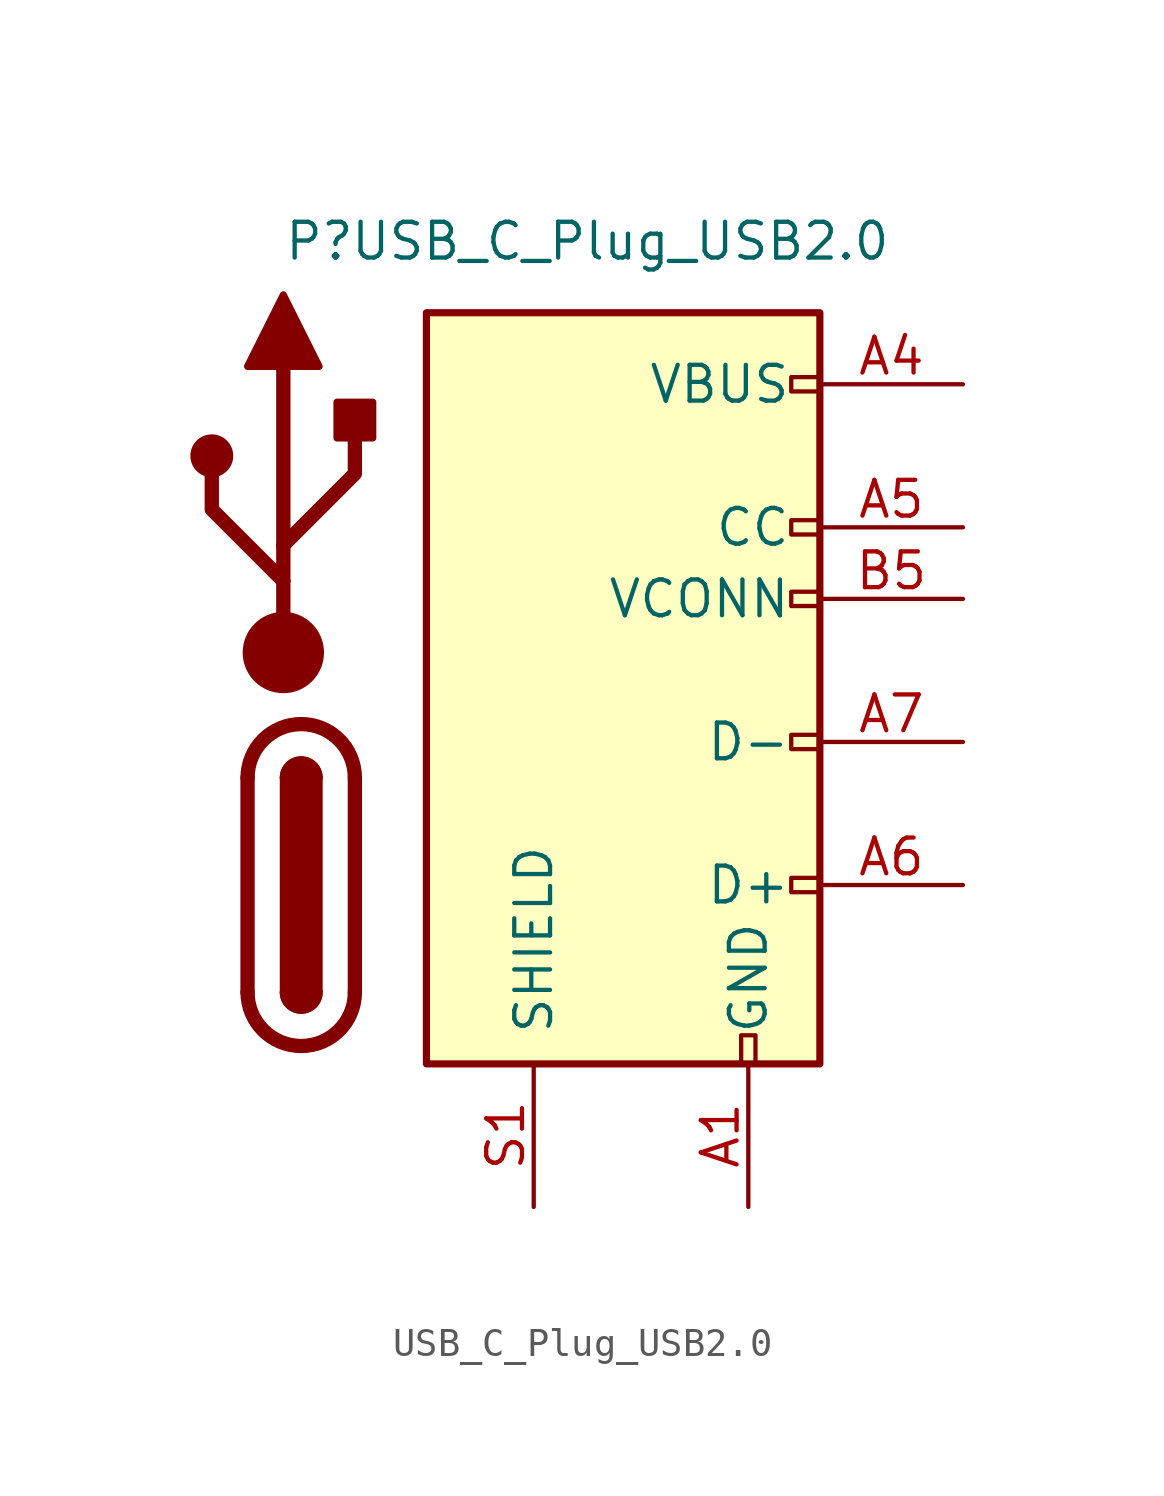
<source format=kicad_sym>
(kicad_symbol_lib
  (version 20220914)
  (generator kicad_symbol_editor)
  (symbol "USB_C_Plug_USB2.0"
    (pin_names
      (offset 1.016))
    (property "Reference" "P"
      (at -8.89 20.32 0)
      (effects (font (size 1.27 1.27)) (justify left)))
    (property "Value" "USB_C_Plug_USB2.0"
      (at 12.7 20.32 0)
      (effects (font (size 1.27 1.27)) (justify right)))
    (symbol "USB_C_Plug_USB2.0_0_0"
      (rectangle (start 7.366 -7.874) (end 7.874 -8.89) (stroke (width 0) (type default)) (fill (type none)))
      (rectangle (start 10.16 -2.286) (end 9.144 -2.794) (stroke (width 0) (type default)) (fill (type none)))
      (rectangle (start 10.16 2.794) (end 9.144 2.286) (stroke (width 0) (type default)) (fill (type none)))
      (rectangle (start 10.16 7.874) (end 9.144 7.366) (stroke (width 0) (type default)) (fill (type none)))
      (rectangle (start 10.16 10.414) (end 9.144 9.906) (stroke (width 0) (type default)) (fill (type none)))
      (rectangle (start 10.16 15.494) (end 9.144 14.986) (stroke (width 0) (type default)) (fill (type none))))
    (symbol "USB_C_Plug_USB2.0_0_1"
      (circle (center -11.43 12.7) (radius 0.635) (stroke (width 0.254) (type default)) (fill (type outline)))
      (arc (start -10.16 -6.35) (mid -8.255 -8.2467) (end -6.35 -6.35) (stroke (width 0.508) (type default)) (fill (type none)))
      (arc (start -8.89 -6.35) (mid -8.255 -6.9823) (end -7.62 -6.35) (stroke (width 0.254) (type default)) (fill (type none)))
      (arc (start -8.89 -6.35) (mid -8.255 -6.9823) (end -7.62 -6.35) (stroke (width 0.254) (type default)) (fill (type outline)))
      (rectangle (start -8.89 1.27) (end -7.62 -6.35) (stroke (width 0.254) (type default)) (fill (type outline)))
      (circle (center -8.89 5.715) (radius 1.368) (stroke (width 0) (type default)) (fill (type outline)))
      (arc (start -7.62 1.27) (mid -8.255 1.9023) (end -8.89 1.27) (stroke (width 0.254) (type default)) (fill (type none)))
      (arc (start -7.62 1.27) (mid -8.255 1.9023) (end -8.89 1.27) (stroke (width 0.254) (type default)) (fill (type outline)))
      (rectangle (start -6.985 14.605) (end -5.715 13.335) (stroke (width 0.254) (type default)) (fill (type outline)))
      (arc (start -6.35 1.27) (mid -8.255 3.1667) (end -10.16 1.27) (stroke (width 0.508) (type default)) (fill (type none)))
      (rectangle (start -3.81 17.78) (end 10.16 -8.89) (stroke (width 0.254) (type default)) (fill (type background)))
      (polyline (pts (xy -10.16 -6.35) (xy -10.16 1.27)) (stroke (width 0.508) (type default)) (fill (type none)))
      (polyline (pts (xy -8.89 5.715) (xy -8.89 15.875)) (stroke (width 0.508) (type default)) (fill (type none)))
      (polyline (pts (xy -6.35 1.27) (xy -6.35 -6.35)) (stroke (width 0.508) (type default)) (fill (type none)))
      (polyline (pts (xy -8.89 8.255) (xy -11.43 10.795) (xy -11.43 12.065)) (stroke (width 0.508) (type default)) (fill (type none)))
      (polyline (pts (xy -8.89 9.525) (xy -6.35 12.065) (xy -6.35 13.335)) (stroke (width 0.508) (type default)) (fill (type none)))
      (polyline (pts (xy -10.16 15.875) (xy -8.89 18.415) (xy -7.62 15.875) (xy -10.16 15.875)) (stroke (width 0.254) (type default)) (fill (type outline))))
    (symbol "USB_C_Plug_USB2.0_1_1"
      (pin passive line (at 7.62 -13.97 90) (length 5.08) (name "GND" (effects (font (size 1.27 1.27)))) (number "A1" (effects (font (size 1.27 1.27)))))
      (pin passive line (at 7.62 -13.97 90) (length 5.08) hide (name "GND" (effects (font (size 1.27 1.27)))) (number "A12" (effects (font (size 1.27 1.27)))))
      (pin passive line (at 15.24 15.24 180) (length 5.08) (name "VBUS" (effects (font (size 1.27 1.27)))) (number "A4" (effects (font (size 1.27 1.27)))))
      (pin bidirectional line (at 15.24 10.16 180) (length 5.08) (name "CC" (effects (font (size 1.27 1.27)))) (number "A5" (effects (font (size 1.27 1.27)))))
      (pin bidirectional line (at 15.24 -2.54 180) (length 5.08) (name "D+" (effects (font (size 1.27 1.27)))) (number "A6" (effects (font (size 1.27 1.27)))))
      (pin bidirectional line (at 15.24 2.54 180) (length 5.08) (name "D-" (effects (font (size 1.27 1.27)))) (number "A7" (effects (font (size 1.27 1.27)))))
      (pin passive line (at 15.24 15.24 180) (length 5.08) hide (name "VBUS" (effects (font (size 1.27 1.27)))) (number "A9" (effects (font (size 1.27 1.27)))))
      (pin passive line (at 7.62 -13.97 90) (length 5.08) hide (name "GND" (effects (font (size 1.27 1.27)))) (number "B1" (effects (font (size 1.27 1.27)))))
      (pin passive line (at 7.62 -13.97 90) (length 5.08) hide (name "GND" (effects (font (size 1.27 1.27)))) (number "B12" (effects (font (size 1.27 1.27)))))
      (pin passive line (at 15.24 15.24 180) (length 5.08) hide (name "VBUS" (effects (font (size 1.27 1.27)))) (number "B4" (effects (font (size 1.27 1.27)))))
      (pin bidirectional line (at 15.24 7.62 180) (length 5.08) (name "VCONN" (effects (font (size 1.27 1.27)))) (number "B5" (effects (font (size 1.27 1.27)))))
      (pin passive line (at 15.24 15.24 180) (length 5.08) hide (name "VBUS" (effects (font (size 1.27 1.27)))) (number "B9" (effects (font (size 1.27 1.27)))))
      (pin passive line (at 0 -13.97 90) (length 5.08) (name "SHIELD" (effects (font (size 1.27 1.27)))) (number "S1" (effects (font (size 1.27 1.27))))))))
</source>
